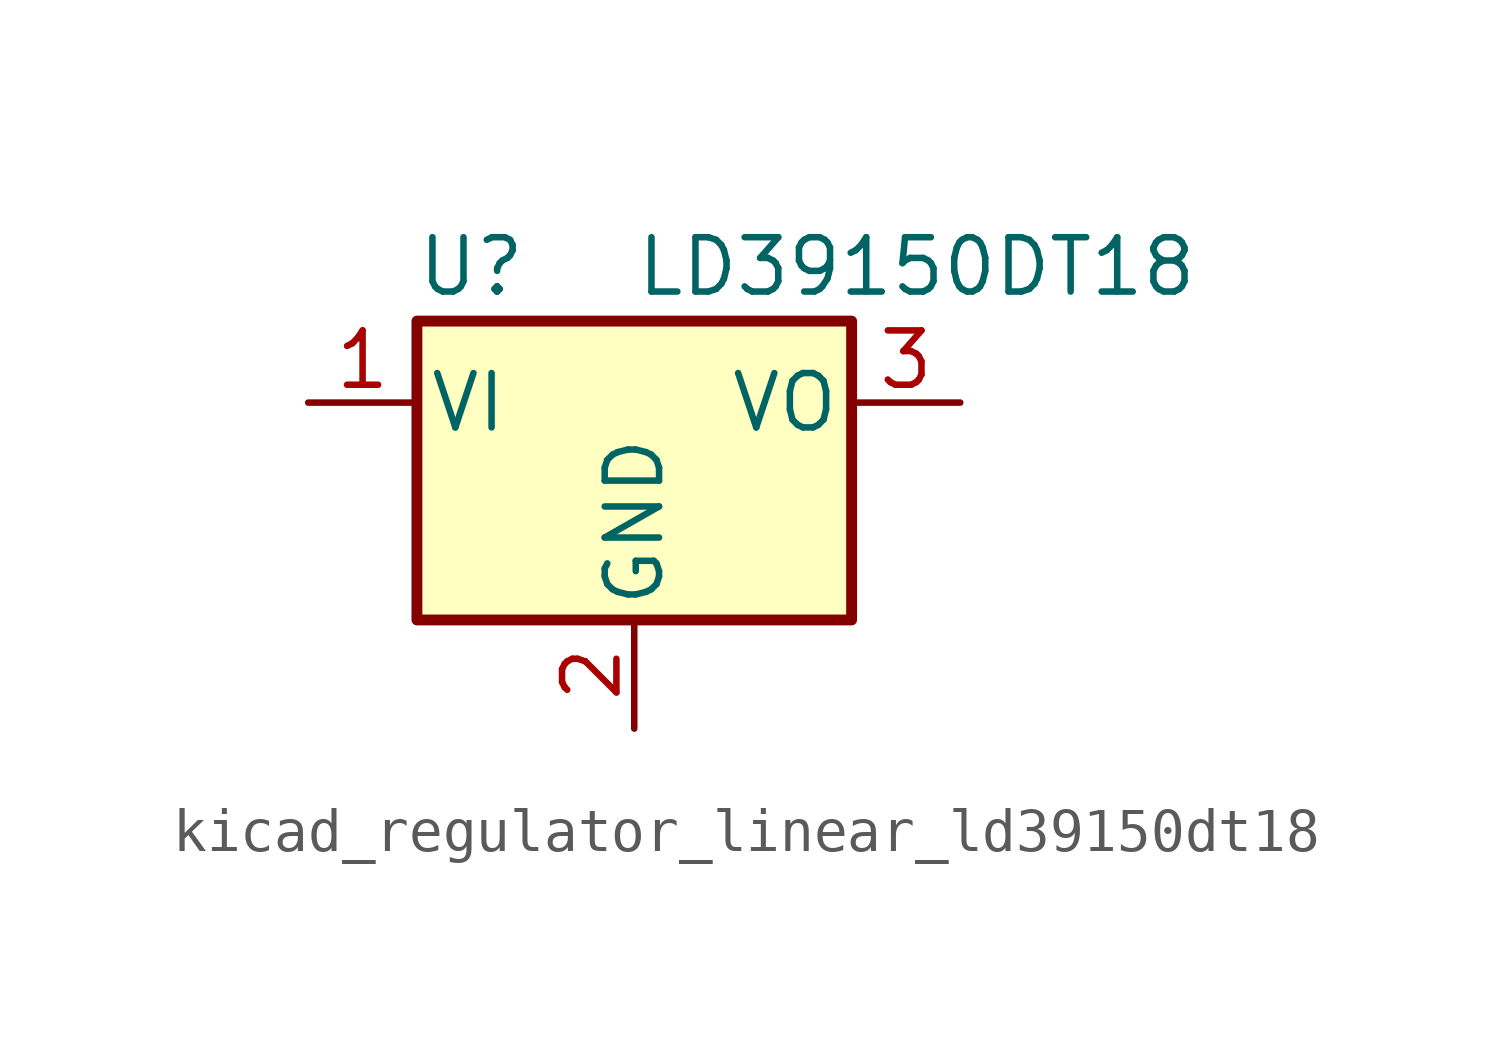
<source format=kicad_sym>
(kicad_symbol_lib
  (version 20220914)
  (generator kicad_symbol_editor)
  (symbol "kicad_regulator_linear_ld39150dt18"
    (pin_names
      (offset 0.254))
    (property "Reference" "U"
      (at -3.81 3.175 0)
      (effects (font (size 1.27 1.27))))
    (property "Value" "LD39150DT18"
      (at 0 3.175 0)
      (effects (font (size 1.27 1.27)) (justify left)))
    (symbol "kicad_regulator_linear_ld39150dt18_0_1"
      (rectangle (start -5.08 -5.08) (end 5.08 1.905) (stroke (width 0.254) (type default)) (fill (type background))))
    (symbol "kicad_regulator_linear_ld39150dt18_1_1"
      (pin power_in line (at -7.62 0 0) (length 2.54) (name "VI" (effects (font (size 1.27 1.27)))) (number "1" (effects (font (size 1.27 1.27)))))
      (pin power_in line (at 0 -7.62 90) (length 2.54) (name "GND" (effects (font (size 1.27 1.27)))) (number "2" (effects (font (size 1.27 1.27)))))
      (pin power_out line (at 7.62 0 180) (length 2.54) (name "VO" (effects (font (size 1.27 1.27)))) (number "3" (effects (font (size 1.27 1.27))))))))
</source>
